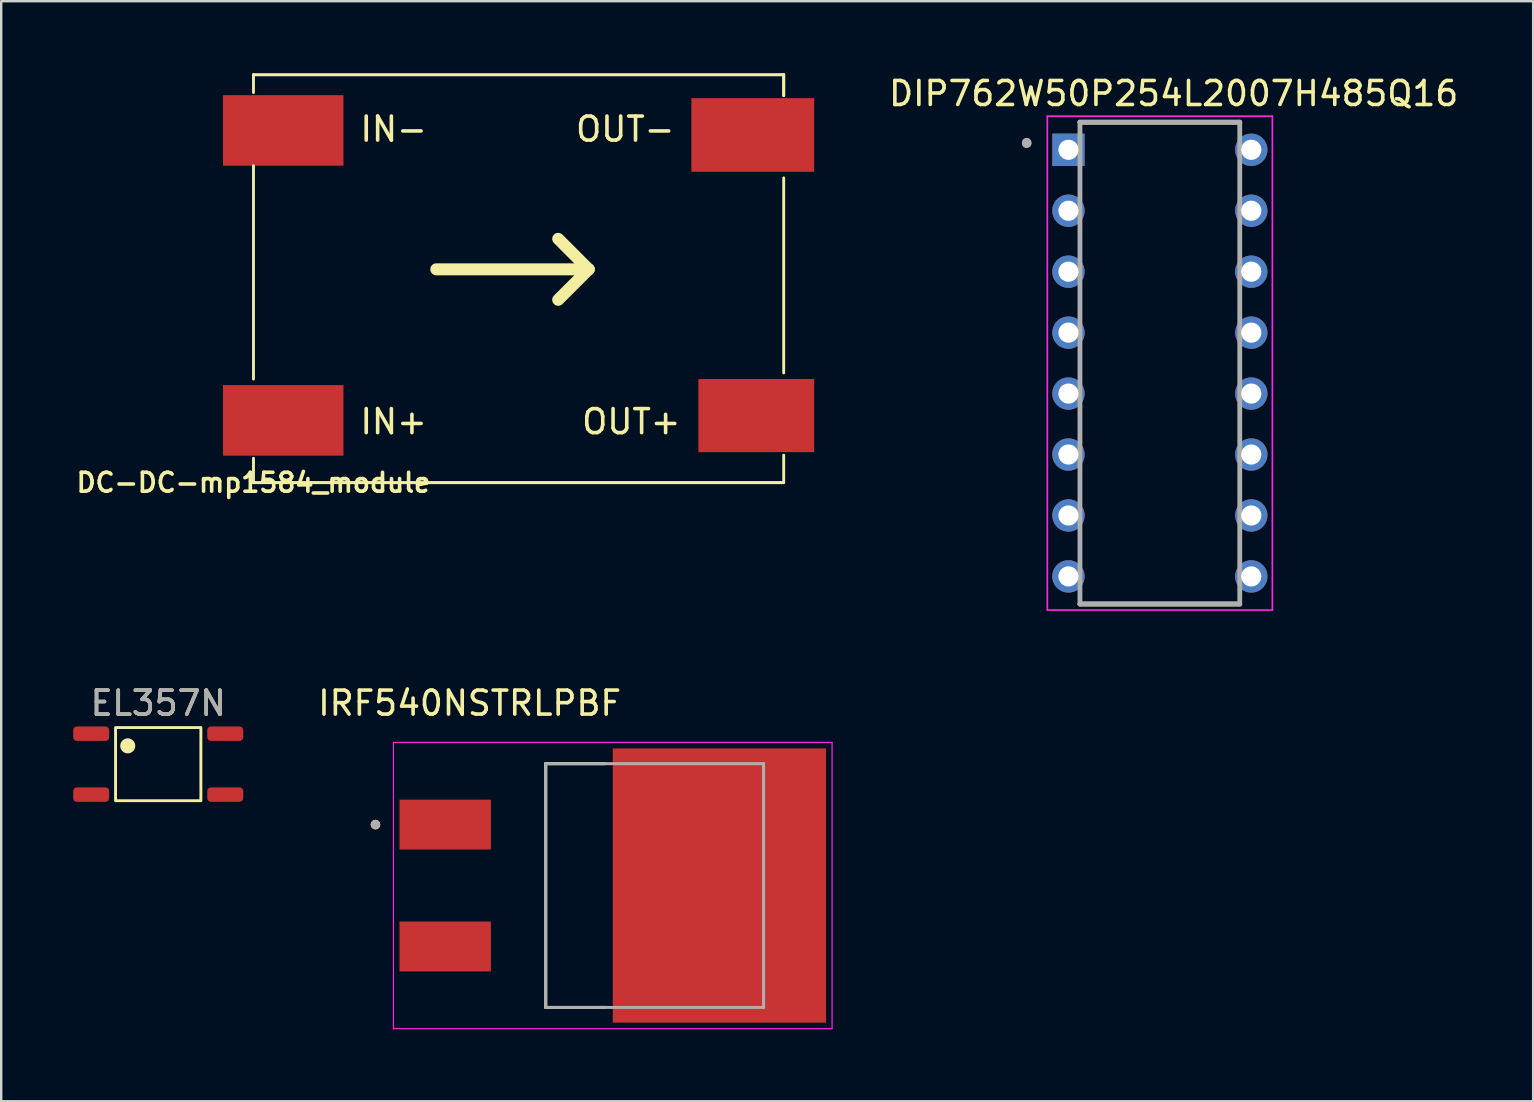
<source format=kicad_pcb>
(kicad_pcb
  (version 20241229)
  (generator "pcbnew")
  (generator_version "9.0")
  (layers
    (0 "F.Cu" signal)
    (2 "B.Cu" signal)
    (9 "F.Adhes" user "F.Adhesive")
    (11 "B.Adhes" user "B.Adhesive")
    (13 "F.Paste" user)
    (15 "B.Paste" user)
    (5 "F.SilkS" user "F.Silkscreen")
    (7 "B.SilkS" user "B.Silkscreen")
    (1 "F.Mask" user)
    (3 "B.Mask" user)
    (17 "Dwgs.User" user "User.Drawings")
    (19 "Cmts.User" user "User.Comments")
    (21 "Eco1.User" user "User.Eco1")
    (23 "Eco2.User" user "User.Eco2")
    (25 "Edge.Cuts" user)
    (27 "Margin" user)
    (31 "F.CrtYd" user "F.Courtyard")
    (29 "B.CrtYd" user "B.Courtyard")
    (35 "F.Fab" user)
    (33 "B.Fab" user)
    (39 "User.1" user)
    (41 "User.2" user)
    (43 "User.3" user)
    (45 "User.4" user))
  (footprint "DC-DC-mp1584_module"
    (layer "F.Cu")
    (at 7.514 17.064)
    (property "Reference" "DC-DC-mp1584_module" (at 0 0 0) (layer "F.SilkS") (effects (font (size 0.787 0.787) (thickness 0.15))))
    (attr through_hole)
    (fp_line (start 0 -17) (end 0 -16.256) (stroke (width 0.12) (type solid)) (layer "F.SilkS"))
    (fp_line (start 0 -17) (end 22 -17) (stroke (width 0.127) (type solid)) (layer "F.SilkS"))
    (fp_line (start 0 -13.208) (end 0 -4.318) (stroke (width 0.12) (type solid)) (layer "F.SilkS"))
    (fp_line (start 0 -1.016) (end 0 0) (stroke (width 0.12) (type solid)) (layer "F.SilkS"))
    (fp_line (start 0 0) (end 22 0) (stroke (width 0.127) (type solid)) (layer "F.SilkS"))
    (fp_line (start 7.62 -8.89) (end 13.97 -8.89) (stroke (width 0.5) (type solid)) (layer "F.SilkS"))
    (fp_line (start 13.97 -8.89) (end 12.7 -10.16) (stroke (width 0.5) (type solid)) (layer "F.SilkS"))
    (fp_line (start 13.97 -8.89) (end 12.7 -7.62) (stroke (width 0.5) (type solid)) (layer "F.SilkS"))
    (fp_line (start 22.098 -17) (end 22 -17) (stroke (width 0.12) (type solid)) (layer "F.SilkS"))
    (fp_line (start 22.098 -17) (end 22.098 -16.129) (stroke (width 0.12) (type solid)) (layer "F.SilkS"))
    (fp_line (start 22.098 -16.129) (end 22.098 -17) (stroke (width 0.12) (type solid)) (layer "F.SilkS"))
    (fp_line (start 22.098 -12.7) (end 22.098 -4.572) (stroke (width 0.12) (type solid)) (layer "F.SilkS"))
    (fp_line (start 22.098 -1.143) (end 22.098 0) (stroke (width 0.12) (type solid)) (layer "F.SilkS"))
    (fp_line (start 22.098 0) (end 22 0) (stroke (width 0.12) (type solid)) (layer "F.SilkS"))
    (fp_text user "IN+" (at 5.842 -2.54 0) (layer "F.SilkS") (effects (font (size 1 1) (thickness 0.15))))
    (fp_text user "OUT-" (at 15.494 -14.732 0) (layer "F.SilkS") (effects (font (size 1 1) (thickness 0.15))))
    (fp_text user "IN-" (at 5.842 -14.732 0) (layer "F.SilkS") (effects (font (size 1 1) (thickness 0.15))))
    (fp_text user "OUT+" (at 15.748 -2.54 0) (layer "F.SilkS") (effects (font (size 1 1) (thickness 0.15))))
    (pad "IN1+" smd rect (at 1.24 -2.594) (size 5.02 2.94) (layers "F.Cu" "F.Mask" "F.Paste"))
    (pad "IN2-" smd rect (at 1.24 -14.678) (size 5.02 2.94) (layers "F.Cu" "F.Mask" "F.Paste"))
    (pad "OUT1+" smd rect (at 20.955 -2.794) (size 4.826 3.048) (layers "F.Cu" "F.Mask" "F.Paste"))
    (pad "OUT2-" smd rect (at 20.809 -14.489) (size 5.118 3.07) (layers "F.Cu" "F.Mask" "F.Paste")))
  (footprint "EL357N"
    (layer "F.Cu")
    (at 3.544 28.543)
    (property "Reference" "EL357N" (at 0 -2.286 0) (unlocked yes) (layer "F.SilkS") (effects (font (size 1 1) (thickness 0.15))))
    (attr smd)
    (fp_rect (start -1.778 -1.27) (end 1.778 1.778) (stroke (width 0.12) (type solid)) (fill no) (layer "F.SilkS"))
    (fp_circle (center -1.27 -0.508) (end -1.016 -0.508) (stroke (width 0.12) (type solid)) (fill yes) (layer "F.SilkS"))
    (fp_text user "${REFERENCE}" (at 0 -2.286 0) (unlocked yes) (layer "F.Fab") (effects (font (size 1 1) (thickness 0.15))))
    (pad "1" smd roundrect (at -2.794 -1.016) (size 1.5 0.6) (layers "F.Cu" "F.Mask" "F.Paste") (roundrect_rratio 0.25))
    (pad "2" smd roundrect (at -2.794 1.524) (size 1.5 0.6) (layers "F.Cu" "F.Mask" "F.Paste") (roundrect_rratio 0.25))
    (pad "3" smd roundrect (at 2.794 1.524) (size 1.5 0.6) (layers "F.Cu" "F.Mask" "F.Paste") (roundrect_rratio 0.25))
    (pad "4" smd roundrect (at 2.794 -1.016) (size 1.5 0.6) (layers "F.Cu" "F.Mask" "F.Paste") (roundrect_rratio 0.25)))
  (footprint "DIP762W50P254L2007H485Q16"
    (layer "F.Cu")
    (at 45.289 12.083)
    (property "Reference" "DIP762W50P254L2007H485Q16" (at 0.575 -11.235 0) (layer "F.SilkS") (effects (font (size 1 1) (thickness 0.15))))
    (attr through_hole)
    (fp_line (start -3.33 -10.04) (end 3.33 -10.04) (stroke (width 0.2) (type solid)) (layer "F.SilkS"))
    (fp_line (start 3.33 10.04) (end -3.33 10.04) (stroke (width 0.2) (type solid)) (layer "F.SilkS"))
    (fp_line (start -4.69 -10.29) (end 4.69 -10.29) (stroke (width 0.07) (type solid)) (layer "F.CrtYd"))
    (fp_line (start -4.69 10.29) (end -4.69 -10.29) (stroke (width 0.07) (type solid)) (layer "F.CrtYd"))
    (fp_line (start 4.69 -10.29) (end 4.69 10.29) (stroke (width 0.07) (type solid)) (layer "F.CrtYd"))
    (fp_line (start 4.69 10.29) (end -4.69 10.29) (stroke (width 0.07) (type solid)) (layer "F.CrtYd"))
    (fp_line (start -3.33 -10.04) (end 3.33 -10.04) (stroke (width 0.2) (type solid)) (layer "F.Fab"))
    (fp_line (start -3.33 10.04) (end -3.33 -10.04) (stroke (width 0.2) (type solid)) (layer "F.Fab"))
    (fp_line (start 3.33 -10.04) (end 3.33 10.04) (stroke (width 0.2) (type solid)) (layer "F.Fab"))
    (fp_line (start 3.33 10.04) (end -3.33 10.04) (stroke (width 0.2) (type solid)) (layer "F.Fab"))
    (fp_circle (center -5.55 -9.19) (end -5.45 -9.19) (stroke (width 0.2) (type solid)) (fill no) (layer "F.Fab"))
    (fp_circle (center -5.55 -9.16) (end -5.45 -9.16) (stroke (width 0.2) (type solid)) (fill no) (layer "F.Fab"))
    (pad "1" thru_hole rect (at -3.81 -8.89) (size 1.348 1.348) (drill 0.84) (layers "*.Cu" "*.Mask"))
    (pad "2" thru_hole circle (at -3.81 -6.35) (size 1.348 1.348) (drill 0.84) (layers "*.Cu" "*.Mask"))
    (pad "3" thru_hole circle (at -3.81 -3.81) (size 1.348 1.348) (drill 0.84) (layers "*.Cu" "*.Mask"))
    (pad "4" thru_hole circle (at -3.81 -1.27) (size 1.348 1.348) (drill 0.84) (layers "*.Cu" "*.Mask"))
    (pad "5" thru_hole circle (at -3.81 1.27) (size 1.348 1.348) (drill 0.84) (layers "*.Cu" "*.Mask"))
    (pad "6" thru_hole circle (at -3.81 3.81) (size 1.348 1.348) (drill 0.84) (layers "*.Cu" "*.Mask"))
    (pad "7" thru_hole circle (at -3.81 6.35) (size 1.348 1.348) (drill 0.84) (layers "*.Cu" "*.Mask"))
    (pad "8" thru_hole circle (at -3.81 8.89) (size 1.348 1.348) (drill 0.84) (layers "*.Cu" "*.Mask"))
    (pad "9" thru_hole circle (at 3.81 8.89) (size 1.348 1.348) (drill 0.84) (layers "*.Cu" "*.Mask"))
    (pad "10" thru_hole circle (at 3.81 6.35) (size 1.348 1.348) (drill 0.84) (layers "*.Cu" "*.Mask"))
    (pad "11" thru_hole circle (at 3.81 3.81) (size 1.348 1.348) (drill 0.84) (layers "*.Cu" "*.Mask"))
    (pad "12" thru_hole circle (at 3.81 1.27) (size 1.348 1.348) (drill 0.84) (layers "*.Cu" "*.Mask"))
    (pad "13" thru_hole circle (at 3.81 -1.27) (size 1.348 1.348) (drill 0.84) (layers "*.Cu" "*.Mask"))
    (pad "14" thru_hole circle (at 3.81 -3.81) (size 1.348 1.348) (drill 0.84) (layers "*.Cu" "*.Mask"))
    (pad "15" thru_hole circle (at 3.81 -6.35) (size 1.348 1.348) (drill 0.84) (layers "*.Cu" "*.Mask"))
    (pad "16" thru_hole circle (at 3.81 -8.89) (size 1.348 1.348) (drill 0.84) (layers "*.Cu" "*.Mask")))
  (footprint "IRF540NSTRLPBF"
    (layer "F.Cu")
    (at 22.488 33.856)
    (property "Reference" "IRF540NSTRLPBF" (at -5.965 -7.6 0) (layer "F.SilkS") (effects (font (size 1 1) (thickness 0.15))))
    (attr through_hole)
    (fp_line (start -2.795 -5.08) (end -0.32 -5.08) (stroke (width 0.127) (type solid)) (layer "F.SilkS"))
    (fp_line (start -2.795 5.08) (end -2.795 -5.08) (stroke (width 0.127) (type solid)) (layer "F.SilkS"))
    (fp_line (start -0.32 5.08) (end -2.795 5.08) (stroke (width 0.127) (type solid)) (layer "F.SilkS"))
    (fp_circle (center -9.89 -2.54) (end -9.79 -2.54) (stroke (width 0.2) (type solid)) (fill no) (layer "F.SilkS"))
    (fp_poly (pts (xy 0.445 -5.425) (xy 1.755 -5.425) (xy 1.755 -4.125) (xy 0.445 -4.125)) (stroke (width 0.01) (type solid)) (fill yes) (layer "F.Paste"))
    (fp_poly (pts (xy 0.445 -3.515) (xy 1.755 -3.515) (xy 1.755 -2.215) (xy 0.445 -2.215)) (stroke (width 0.01) (type solid)) (fill yes) (layer "F.Paste"))
    (fp_poly (pts (xy 0.445 -1.605) (xy 1.755 -1.605) (xy 1.755 -0.305) (xy 0.445 -0.305)) (stroke (width 0.01) (type solid)) (fill yes) (layer "F.Paste"))
    (fp_poly (pts (xy 0.445 0.305) (xy 1.755 0.305) (xy 1.755 1.605) (xy 0.445 1.605)) (stroke (width 0.01) (type solid)) (fill yes) (layer "F.Paste"))
    (fp_poly (pts (xy 0.445 2.215) (xy 1.755 2.215) (xy 1.755 3.515) (xy 0.445 3.515)) (stroke (width 0.01) (type solid)) (fill yes) (layer "F.Paste"))
    (fp_poly (pts (xy 0.445 4.125) (xy 1.755 4.125) (xy 1.755 5.425) (xy 0.445 5.425)) (stroke (width 0.01) (type solid)) (fill yes) (layer "F.Paste"))
    (fp_poly (pts (xy 2.675 -5.425) (xy 3.985 -5.425) (xy 3.985 -4.125) (xy 2.675 -4.125)) (stroke (width 0.01) (type solid)) (fill yes) (layer "F.Paste"))
    (fp_poly (pts (xy 2.675 -3.515) (xy 3.985 -3.515) (xy 3.985 -2.215) (xy 2.675 -2.215)) (stroke (width 0.01) (type solid)) (fill yes) (layer "F.Paste"))
    (fp_poly (pts (xy 2.675 -1.605) (xy 3.985 -1.605) (xy 3.985 -0.305) (xy 2.675 -0.305)) (stroke (width 0.01) (type solid)) (fill yes) (layer "F.Paste"))
    (fp_poly (pts (xy 2.675 0.305) (xy 3.985 0.305) (xy 3.985 1.605) (xy 2.675 1.605)) (stroke (width 0.01) (type solid)) (fill yes) (layer "F.Paste"))
    (fp_poly (pts (xy 2.675 2.215) (xy 3.985 2.215) (xy 3.985 3.515) (xy 2.675 3.515)) (stroke (width 0.01) (type solid)) (fill yes) (layer "F.Paste"))
    (fp_poly (pts (xy 2.675 4.125) (xy 3.985 4.125) (xy 3.985 5.425) (xy 2.675 5.425)) (stroke (width 0.01) (type solid)) (fill yes) (layer "F.Paste"))
    (fp_poly (pts (xy 4.905 -5.425) (xy 6.215 -5.425) (xy 6.215 -4.125) (xy 4.905 -4.125)) (stroke (width 0.01) (type solid)) (fill yes) (layer "F.Paste"))
    (fp_poly (pts (xy 4.905 -3.515) (xy 6.215 -3.515) (xy 6.215 -2.215) (xy 4.905 -2.215)) (stroke (width 0.01) (type solid)) (fill yes) (layer "F.Paste"))
    (fp_poly (pts (xy 4.905 -1.605) (xy 6.215 -1.605) (xy 6.215 -0.305) (xy 4.905 -0.305)) (stroke (width 0.01) (type solid)) (fill yes) (layer "F.Paste"))
    (fp_poly (pts (xy 4.905 0.305) (xy 6.215 0.305) (xy 6.215 1.605) (xy 4.905 1.605)) (stroke (width 0.01) (type solid)) (fill yes) (layer "F.Paste"))
    (fp_poly (pts (xy 4.905 2.215) (xy 6.215 2.215) (xy 6.215 3.515) (xy 4.905 3.515)) (stroke (width 0.01) (type solid)) (fill yes) (layer "F.Paste"))
    (fp_poly (pts (xy 4.905 4.125) (xy 6.215 4.125) (xy 6.215 5.425) (xy 4.905 5.425)) (stroke (width 0.01) (type solid)) (fill yes) (layer "F.Paste"))
    (fp_poly (pts (xy 7.135 -5.425) (xy 8.445 -5.425) (xy 8.445 -4.125) (xy 7.135 -4.125)) (stroke (width 0.01) (type solid)) (fill yes) (layer "F.Paste"))
    (fp_poly (pts (xy 7.135 -3.515) (xy 8.445 -3.515) (xy 8.445 -2.215) (xy 7.135 -2.215)) (stroke (width 0.01) (type solid)) (fill yes) (layer "F.Paste"))
    (fp_poly (pts (xy 7.135 -1.605) (xy 8.445 -1.605) (xy 8.445 -0.305) (xy 7.135 -0.305)) (stroke (width 0.01) (type solid)) (fill yes) (layer "F.Paste"))
    (fp_poly (pts (xy 7.135 0.305) (xy 8.445 0.305) (xy 8.445 1.605) (xy 7.135 1.605)) (stroke (width 0.01) (type solid)) (fill yes) (layer "F.Paste"))
    (fp_poly (pts (xy 7.135 2.215) (xy 8.445 2.215) (xy 8.445 3.515) (xy 7.135 3.515)) (stroke (width 0.01) (type solid)) (fill yes) (layer "F.Paste"))
    (fp_poly (pts (xy 7.135 4.125) (xy 8.445 4.125) (xy 8.445 5.425) (xy 7.135 5.425)) (stroke (width 0.01) (type solid)) (fill yes) (layer "F.Paste"))
    (fp_line (start -9.14 -5.965) (end -9.14 5.965) (stroke (width 0.05) (type solid)) (layer "F.CrtYd"))
    (fp_line (start -9.14 5.965) (end 9.14 5.965) (stroke (width 0.05) (type solid)) (layer "F.CrtYd"))
    (fp_line (start 9.14 -5.965) (end -9.14 -5.965) (stroke (width 0.05) (type solid)) (layer "F.CrtYd"))
    (fp_line (start 9.14 5.965) (end 9.14 -5.965) (stroke (width 0.05) (type solid)) (layer "F.CrtYd"))
    (fp_line (start -2.795 -5.08) (end 6.285 -5.08) (stroke (width 0.127) (type solid)) (layer "F.Fab"))
    (fp_line (start -2.795 5.08) (end -2.795 -5.08) (stroke (width 0.127) (type solid)) (layer "F.Fab"))
    (fp_line (start 6.285 -5.08) (end 6.285 5.08) (stroke (width 0.127) (type solid)) (layer "F.Fab"))
    (fp_line (start 6.285 5.08) (end -2.795 5.08) (stroke (width 0.127) (type solid)) (layer "F.Fab"))
    (fp_circle (center -9.89 -2.54) (end -9.79 -2.54) (stroke (width 0.2) (type solid)) (fill no) (layer "F.Fab"))
    (pad "1" smd rect (at -6.985 -2.54) (size 3.81 2.08) (layers "F.Cu" "F.Mask" "F.Paste"))
    (pad "2" smd rect (at 4.445 0) (size 8.89 11.43) (layers "F.Cu" "F.Mask"))
    (pad "3" smd rect (at -6.985 2.54) (size 3.81 2.08) (layers "F.Cu" "F.Mask" "F.Paste")))
  (gr_rect
    (start -3 -3)
    (end 60.846 42.846)
    (stroke (width 0.1) (type default))
    (fill no)
    (layer "Edge.Cuts")))
</source>
